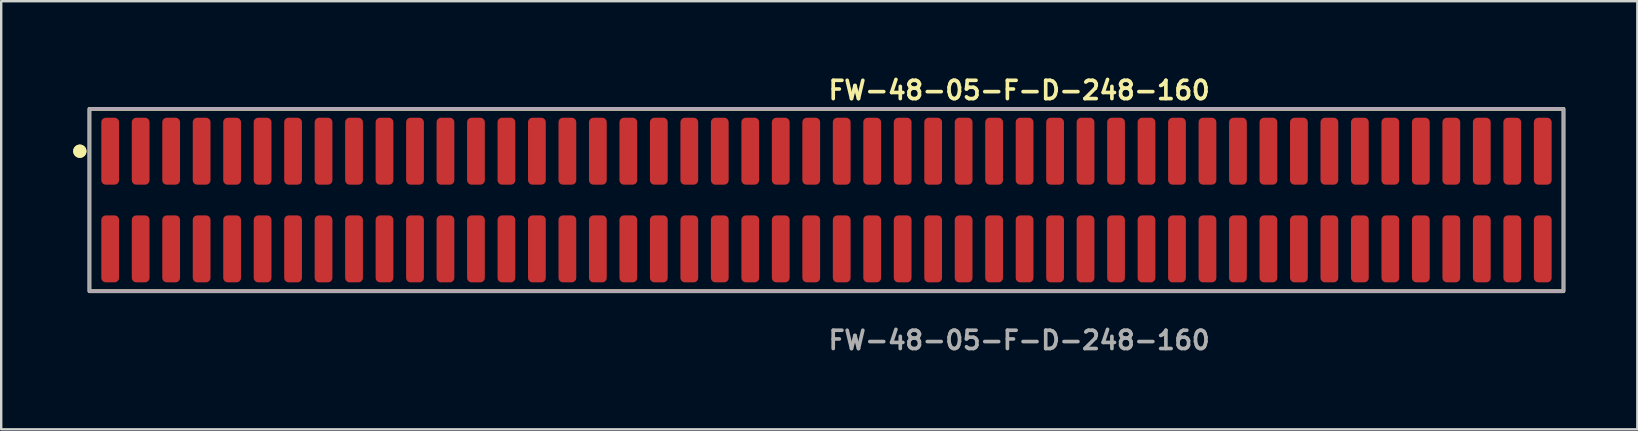
<source format=kicad_pcb>
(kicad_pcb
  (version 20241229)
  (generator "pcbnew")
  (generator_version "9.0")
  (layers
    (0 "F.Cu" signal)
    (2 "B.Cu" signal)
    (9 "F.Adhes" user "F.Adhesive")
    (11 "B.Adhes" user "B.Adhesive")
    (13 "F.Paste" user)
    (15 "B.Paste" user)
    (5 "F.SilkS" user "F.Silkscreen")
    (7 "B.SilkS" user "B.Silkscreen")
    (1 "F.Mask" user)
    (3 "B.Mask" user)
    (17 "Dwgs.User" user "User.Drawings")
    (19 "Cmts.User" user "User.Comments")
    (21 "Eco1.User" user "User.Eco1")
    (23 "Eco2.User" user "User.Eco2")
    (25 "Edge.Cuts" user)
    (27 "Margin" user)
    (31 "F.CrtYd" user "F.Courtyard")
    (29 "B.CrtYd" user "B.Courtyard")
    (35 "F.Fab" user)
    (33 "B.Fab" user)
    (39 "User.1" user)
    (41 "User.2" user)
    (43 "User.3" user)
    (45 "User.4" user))
  (footprint "FW-48-05-F-D-248-160"
    (layer "F.Cu")
    (at 31.386 5.285)
    (property "Reference" "FW-48-05-F-D-248-160" (at 0 -4.572 0) (unlocked yes) (layer "F.SilkS") (effects (font (size 0.762 0.762) (thickness 0.152)) (justify left)))
    (fp_rect (start -30.71 3.8) (end 30.71 -3.8) (stroke (width 0.152) (type solid)) (fill no) (layer "F.SilkS"))
    (fp_circle (center -31.11 -2.035) (end -31.31 -2.035) (stroke (width 0.152) (type solid)) (fill yes) (layer "F.SilkS"))
    (fp_circle (center -31.11 -2.035) (end -31.31 -2.035) (stroke (width 0.152) (type solid)) (fill yes) (layer "F.SilkS"))
    (fp_rect (start -30.71 3.8) (end 30.71 -3.8) (stroke (width 0.006) (type solid)) (fill no) (layer "F.CrtYd"))
    (fp_rect (start -30.71 3.8) (end 30.71 -3.8) (stroke (width 0.152) (type solid)) (fill no) (layer "F.Fab"))
    (fp_text user "${REFERENCE}" (at 0 5.842 0) (unlocked yes) (layer "F.Fab") (effects (font (size 0.762 0.762) (thickness 0.152)) (justify left)))
    (pad "1" smd roundrect (at -29.845 -2.035) (size 0.74 2.79) (layers "F.Cu" "F.Paste") (roundrect_rratio 0.25))
    (pad "2" smd roundrect (at -29.845 2.035) (size 0.74 2.79) (layers "F.Cu" "F.Paste") (roundrect_rratio 0.25))
    (pad "3" smd roundrect (at -28.575 -2.035) (size 0.74 2.79) (layers "F.Cu" "F.Paste") (roundrect_rratio 0.25))
    (pad "4" smd roundrect (at -28.575 2.035) (size 0.74 2.79) (layers "F.Cu" "F.Paste") (roundrect_rratio 0.25))
    (pad "5" smd roundrect (at -27.305 -2.035) (size 0.74 2.79) (layers "F.Cu" "F.Paste") (roundrect_rratio 0.25))
    (pad "6" smd roundrect (at -27.305 2.035) (size 0.74 2.79) (layers "F.Cu" "F.Paste") (roundrect_rratio 0.25))
    (pad "7" smd roundrect (at -26.035 -2.035) (size 0.74 2.79) (layers "F.Cu" "F.Paste") (roundrect_rratio 0.25))
    (pad "8" smd roundrect (at -26.035 2.035) (size 0.74 2.79) (layers "F.Cu" "F.Paste") (roundrect_rratio 0.25))
    (pad "9" smd roundrect (at -24.765 -2.035) (size 0.74 2.79) (layers "F.Cu" "F.Paste") (roundrect_rratio 0.25))
    (pad "10" smd roundrect (at -24.765 2.035) (size 0.74 2.79) (layers "F.Cu" "F.Paste") (roundrect_rratio 0.25))
    (pad "11" smd roundrect (at -23.495 -2.035) (size 0.74 2.79) (layers "F.Cu" "F.Paste") (roundrect_rratio 0.25))
    (pad "12" smd roundrect (at -23.495 2.035) (size 0.74 2.79) (layers "F.Cu" "F.Paste") (roundrect_rratio 0.25))
    (pad "13" smd roundrect (at -22.225 -2.035) (size 0.74 2.79) (layers "F.Cu" "F.Paste") (roundrect_rratio 0.25))
    (pad "14" smd roundrect (at -22.225 2.035) (size 0.74 2.79) (layers "F.Cu" "F.Paste") (roundrect_rratio 0.25))
    (pad "15" smd roundrect (at -20.955 -2.035) (size 0.74 2.79) (layers "F.Cu" "F.Paste") (roundrect_rratio 0.25))
    (pad "16" smd roundrect (at -20.955 2.035) (size 0.74 2.79) (layers "F.Cu" "F.Paste") (roundrect_rratio 0.25))
    (pad "17" smd roundrect (at -19.685 -2.035) (size 0.74 2.79) (layers "F.Cu" "F.Paste") (roundrect_rratio 0.25))
    (pad "18" smd roundrect (at -19.685 2.035) (size 0.74 2.79) (layers "F.Cu" "F.Paste") (roundrect_rratio 0.25))
    (pad "19" smd roundrect (at -18.415 -2.035) (size 0.74 2.79) (layers "F.Cu" "F.Paste") (roundrect_rratio 0.25))
    (pad "20" smd roundrect (at -18.415 2.035) (size 0.74 2.79) (layers "F.Cu" "F.Paste") (roundrect_rratio 0.25))
    (pad "21" smd roundrect (at -17.145 -2.035) (size 0.74 2.79) (layers "F.Cu" "F.Paste") (roundrect_rratio 0.25))
    (pad "22" smd roundrect (at -17.145 2.035) (size 0.74 2.79) (layers "F.Cu" "F.Paste") (roundrect_rratio 0.25))
    (pad "23" smd roundrect (at -15.875 -2.035) (size 0.74 2.79) (layers "F.Cu" "F.Paste") (roundrect_rratio 0.25))
    (pad "24" smd roundrect (at -15.875 2.035) (size 0.74 2.79) (layers "F.Cu" "F.Paste") (roundrect_rratio 0.25))
    (pad "25" smd roundrect (at -14.605 -2.035) (size 0.74 2.79) (layers "F.Cu" "F.Paste") (roundrect_rratio 0.25))
    (pad "26" smd roundrect (at -14.605 2.035) (size 0.74 2.79) (layers "F.Cu" "F.Paste") (roundrect_rratio 0.25))
    (pad "27" smd roundrect (at -13.335 -2.035) (size 0.74 2.79) (layers "F.Cu" "F.Paste") (roundrect_rratio 0.25))
    (pad "28" smd roundrect (at -13.335 2.035) (size 0.74 2.79) (layers "F.Cu" "F.Paste") (roundrect_rratio 0.25))
    (pad "29" smd roundrect (at -12.065 -2.035) (size 0.74 2.79) (layers "F.Cu" "F.Paste") (roundrect_rratio 0.25))
    (pad "30" smd roundrect (at -12.065 2.035) (size 0.74 2.79) (layers "F.Cu" "F.Paste") (roundrect_rratio 0.25))
    (pad "31" smd roundrect (at -10.795 -2.035) (size 0.74 2.79) (layers "F.Cu" "F.Paste") (roundrect_rratio 0.25))
    (pad "32" smd roundrect (at -10.795 2.035) (size 0.74 2.79) (layers "F.Cu" "F.Paste") (roundrect_rratio 0.25))
    (pad "33" smd roundrect (at -9.525 -2.035) (size 0.74 2.79) (layers "F.Cu" "F.Paste") (roundrect_rratio 0.25))
    (pad "34" smd roundrect (at -9.525 2.035) (size 0.74 2.79) (layers "F.Cu" "F.Paste") (roundrect_rratio 0.25))
    (pad "35" smd roundrect (at -8.255 -2.035) (size 0.74 2.79) (layers "F.Cu" "F.Paste") (roundrect_rratio 0.25))
    (pad "36" smd roundrect (at -8.255 2.035) (size 0.74 2.79) (layers "F.Cu" "F.Paste") (roundrect_rratio 0.25))
    (pad "37" smd roundrect (at -6.985 -2.035) (size 0.74 2.79) (layers "F.Cu" "F.Paste") (roundrect_rratio 0.25))
    (pad "38" smd roundrect (at -6.985 2.035) (size 0.74 2.79) (layers "F.Cu" "F.Paste") (roundrect_rratio 0.25))
    (pad "39" smd roundrect (at -5.715 -2.035) (size 0.74 2.79) (layers "F.Cu" "F.Paste") (roundrect_rratio 0.25))
    (pad "40" smd roundrect (at -5.715 2.035) (size 0.74 2.79) (layers "F.Cu" "F.Paste") (roundrect_rratio 0.25))
    (pad "41" smd roundrect (at -4.445 -2.035) (size 0.74 2.79) (layers "F.Cu" "F.Paste") (roundrect_rratio 0.25))
    (pad "42" smd roundrect (at -4.445 2.035) (size 0.74 2.79) (layers "F.Cu" "F.Paste") (roundrect_rratio 0.25))
    (pad "43" smd roundrect (at -3.175 -2.035) (size 0.74 2.79) (layers "F.Cu" "F.Paste") (roundrect_rratio 0.25))
    (pad "44" smd roundrect (at -3.175 2.035) (size 0.74 2.79) (layers "F.Cu" "F.Paste") (roundrect_rratio 0.25))
    (pad "45" smd roundrect (at -1.905 -2.035) (size 0.74 2.79) (layers "F.Cu" "F.Paste") (roundrect_rratio 0.25))
    (pad "46" smd roundrect (at -1.905 2.035) (size 0.74 2.79) (layers "F.Cu" "F.Paste") (roundrect_rratio 0.25))
    (pad "47" smd roundrect (at -0.635 -2.035) (size 0.74 2.79) (layers "F.Cu" "F.Paste") (roundrect_rratio 0.25))
    (pad "48" smd roundrect (at -0.635 2.035) (size 0.74 2.79) (layers "F.Cu" "F.Paste") (roundrect_rratio 0.25))
    (pad "49" smd roundrect (at 0.635 -2.035) (size 0.74 2.79) (layers "F.Cu" "F.Paste") (roundrect_rratio 0.25))
    (pad "50" smd roundrect (at 0.635 2.035) (size 0.74 2.79) (layers "F.Cu" "F.Paste") (roundrect_rratio 0.25))
    (pad "51" smd roundrect (at 1.905 -2.035) (size 0.74 2.79) (layers "F.Cu" "F.Paste") (roundrect_rratio 0.25))
    (pad "52" smd roundrect (at 1.905 2.035) (size 0.74 2.79) (layers "F.Cu" "F.Paste") (roundrect_rratio 0.25))
    (pad "53" smd roundrect (at 3.175 -2.035) (size 0.74 2.79) (layers "F.Cu" "F.Paste") (roundrect_rratio 0.25))
    (pad "54" smd roundrect (at 3.175 2.035) (size 0.74 2.79) (layers "F.Cu" "F.Paste") (roundrect_rratio 0.25))
    (pad "55" smd roundrect (at 4.445 -2.035) (size 0.74 2.79) (layers "F.Cu" "F.Paste") (roundrect_rratio 0.25))
    (pad "56" smd roundrect (at 4.445 2.035) (size 0.74 2.79) (layers "F.Cu" "F.Paste") (roundrect_rratio 0.25))
    (pad "57" smd roundrect (at 5.715 -2.035) (size 0.74 2.79) (layers "F.Cu" "F.Paste") (roundrect_rratio 0.25))
    (pad "58" smd roundrect (at 5.715 2.035) (size 0.74 2.79) (layers "F.Cu" "F.Paste") (roundrect_rratio 0.25))
    (pad "59" smd roundrect (at 6.985 -2.035) (size 0.74 2.79) (layers "F.Cu" "F.Paste") (roundrect_rratio 0.25))
    (pad "60" smd roundrect (at 6.985 2.035) (size 0.74 2.79) (layers "F.Cu" "F.Paste") (roundrect_rratio 0.25))
    (pad "61" smd roundrect (at 8.255 -2.035) (size 0.74 2.79) (layers "F.Cu" "F.Paste") (roundrect_rratio 0.25))
    (pad "62" smd roundrect (at 8.255 2.035) (size 0.74 2.79) (layers "F.Cu" "F.Paste") (roundrect_rratio 0.25))
    (pad "63" smd roundrect (at 9.525 -2.035) (size 0.74 2.79) (layers "F.Cu" "F.Paste") (roundrect_rratio 0.25))
    (pad "64" smd roundrect (at 9.525 2.035) (size 0.74 2.79) (layers "F.Cu" "F.Paste") (roundrect_rratio 0.25))
    (pad "65" smd roundrect (at 10.795 -2.035) (size 0.74 2.79) (layers "F.Cu" "F.Paste") (roundrect_rratio 0.25))
    (pad "66" smd roundrect (at 10.795 2.035) (size 0.74 2.79) (layers "F.Cu" "F.Paste") (roundrect_rratio 0.25))
    (pad "67" smd roundrect (at 12.065 -2.035) (size 0.74 2.79) (layers "F.Cu" "F.Paste") (roundrect_rratio 0.25))
    (pad "68" smd roundrect (at 12.065 2.035) (size 0.74 2.79) (layers "F.Cu" "F.Paste") (roundrect_rratio 0.25))
    (pad "69" smd roundrect (at 13.335 -2.035) (size 0.74 2.79) (layers "F.Cu" "F.Paste") (roundrect_rratio 0.25))
    (pad "70" smd roundrect (at 13.335 2.035) (size 0.74 2.79) (layers "F.Cu" "F.Paste") (roundrect_rratio 0.25))
    (pad "71" smd roundrect (at 14.605 -2.035) (size 0.74 2.79) (layers "F.Cu" "F.Paste") (roundrect_rratio 0.25))
    (pad "72" smd roundrect (at 14.605 2.035) (size 0.74 2.79) (layers "F.Cu" "F.Paste") (roundrect_rratio 0.25))
    (pad "73" smd roundrect (at 15.875 -2.035) (size 0.74 2.79) (layers "F.Cu" "F.Paste") (roundrect_rratio 0.25))
    (pad "74" smd roundrect (at 15.875 2.035) (size 0.74 2.79) (layers "F.Cu" "F.Paste") (roundrect_rratio 0.25))
    (pad "75" smd roundrect (at 17.145 -2.035) (size 0.74 2.79) (layers "F.Cu" "F.Paste") (roundrect_rratio 0.25))
    (pad "76" smd roundrect (at 17.145 2.035) (size 0.74 2.79) (layers "F.Cu" "F.Paste") (roundrect_rratio 0.25))
    (pad "77" smd roundrect (at 18.415 -2.035) (size 0.74 2.79) (layers "F.Cu" "F.Paste") (roundrect_rratio 0.25))
    (pad "78" smd roundrect (at 18.415 2.035) (size 0.74 2.79) (layers "F.Cu" "F.Paste") (roundrect_rratio 0.25))
    (pad "79" smd roundrect (at 19.685 -2.035) (size 0.74 2.79) (layers "F.Cu" "F.Paste") (roundrect_rratio 0.25))
    (pad "80" smd roundrect (at 19.685 2.035) (size 0.74 2.79) (layers "F.Cu" "F.Paste") (roundrect_rratio 0.25))
    (pad "81" smd roundrect (at 20.955 -2.035) (size 0.74 2.79) (layers "F.Cu" "F.Paste") (roundrect_rratio 0.25))
    (pad "82" smd roundrect (at 20.955 2.035) (size 0.74 2.79) (layers "F.Cu" "F.Paste") (roundrect_rratio 0.25))
    (pad "83" smd roundrect (at 22.225 -2.035) (size 0.74 2.79) (layers "F.Cu" "F.Paste") (roundrect_rratio 0.25))
    (pad "84" smd roundrect (at 22.225 2.035) (size 0.74 2.79) (layers "F.Cu" "F.Paste") (roundrect_rratio 0.25))
    (pad "85" smd roundrect (at 23.495 -2.035) (size 0.74 2.79) (layers "F.Cu" "F.Paste") (roundrect_rratio 0.25))
    (pad "86" smd roundrect (at 23.495 2.035) (size 0.74 2.79) (layers "F.Cu" "F.Paste") (roundrect_rratio 0.25))
    (pad "87" smd roundrect (at 24.765 -2.035) (size 0.74 2.79) (layers "F.Cu" "F.Paste") (roundrect_rratio 0.25))
    (pad "88" smd roundrect (at 24.765 2.035) (size 0.74 2.79) (layers "F.Cu" "F.Paste") (roundrect_rratio 0.25))
    (pad "89" smd roundrect (at 26.035 -2.035) (size 0.74 2.79) (layers "F.Cu" "F.Paste") (roundrect_rratio 0.25))
    (pad "90" smd roundrect (at 26.035 2.035) (size 0.74 2.79) (layers "F.Cu" "F.Paste") (roundrect_rratio 0.25))
    (pad "91" smd roundrect (at 27.305 -2.035) (size 0.74 2.79) (layers "F.Cu" "F.Paste") (roundrect_rratio 0.25))
    (pad "92" smd roundrect (at 27.305 2.035) (size 0.74 2.79) (layers "F.Cu" "F.Paste") (roundrect_rratio 0.25))
    (pad "93" smd roundrect (at 28.575 -2.035) (size 0.74 2.79) (layers "F.Cu" "F.Paste") (roundrect_rratio 0.25))
    (pad "94" smd roundrect (at 28.575 2.035) (size 0.74 2.79) (layers "F.Cu" "F.Paste") (roundrect_rratio 0.25))
    (pad "95" smd roundrect (at 29.845 -2.035) (size 0.74 2.79) (layers "F.Cu" "F.Paste") (roundrect_rratio 0.25))
    (pad "96" smd roundrect (at 29.845 2.035) (size 0.74 2.79) (layers "F.Cu" "F.Paste") (roundrect_rratio 0.25)))
  (gr_rect
    (start -3 -3)
    (end 65.172 14.84)
    (stroke (width 0.1) (type default))
    (fill no)
    (layer "Edge.Cuts")))
</source>
